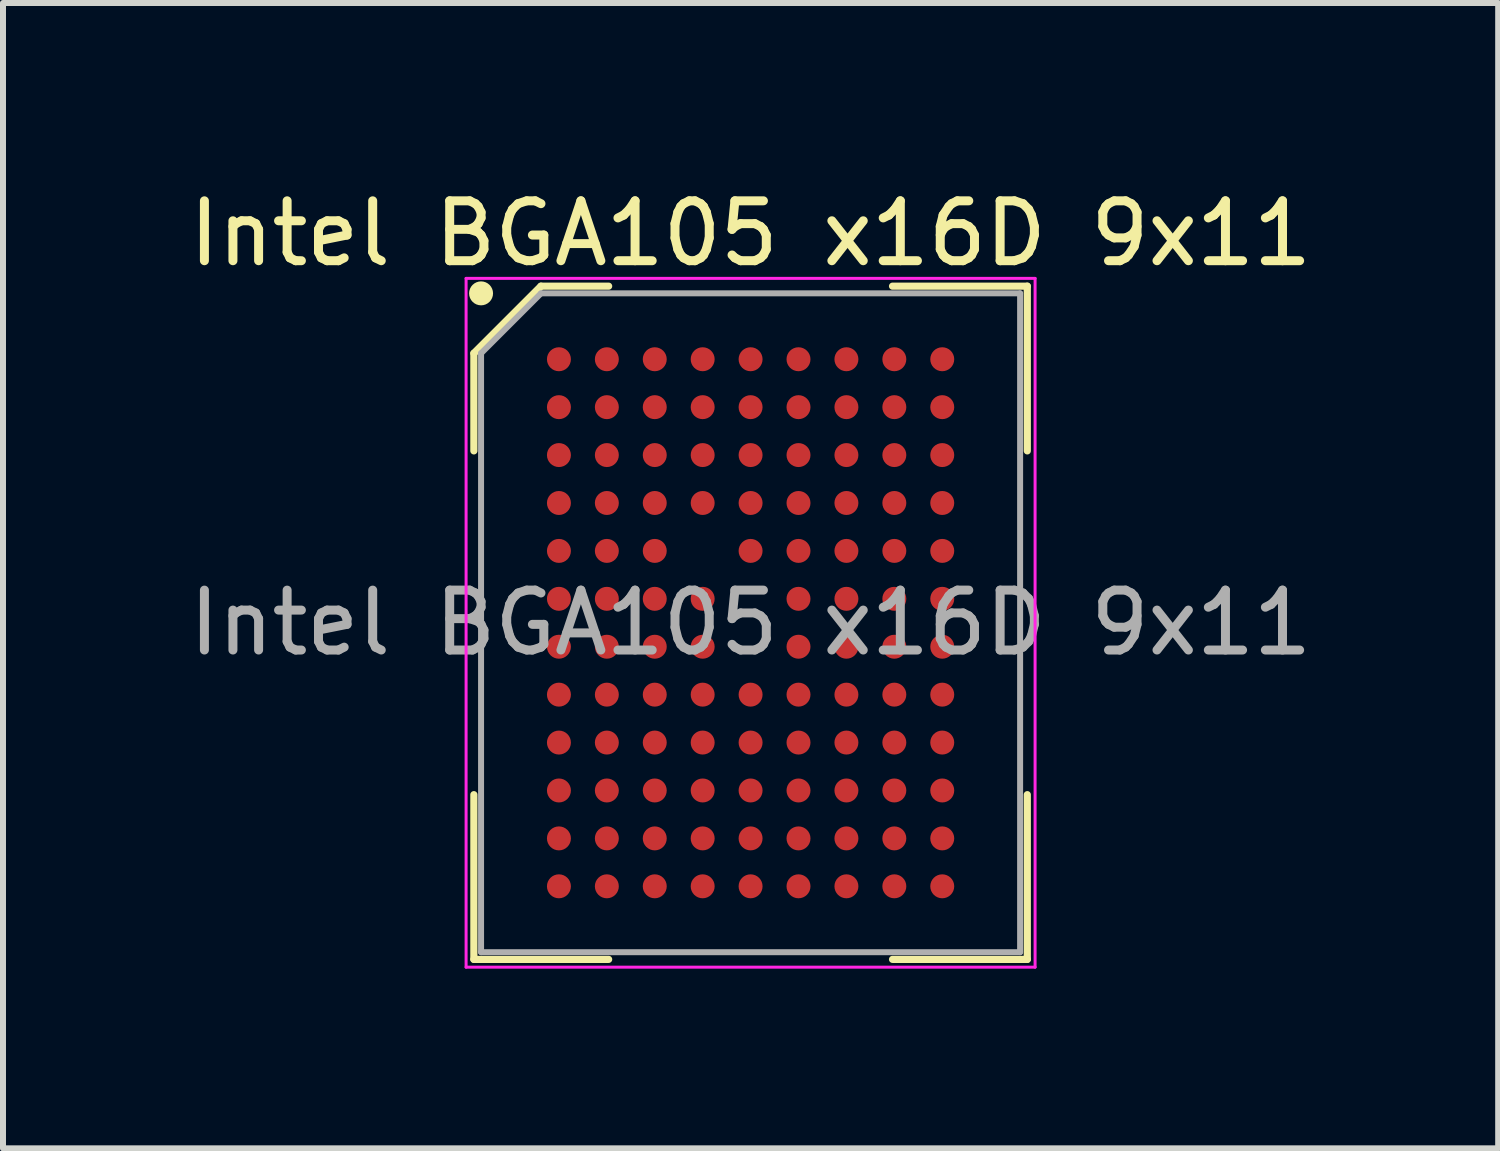
<source format=kicad_pcb>
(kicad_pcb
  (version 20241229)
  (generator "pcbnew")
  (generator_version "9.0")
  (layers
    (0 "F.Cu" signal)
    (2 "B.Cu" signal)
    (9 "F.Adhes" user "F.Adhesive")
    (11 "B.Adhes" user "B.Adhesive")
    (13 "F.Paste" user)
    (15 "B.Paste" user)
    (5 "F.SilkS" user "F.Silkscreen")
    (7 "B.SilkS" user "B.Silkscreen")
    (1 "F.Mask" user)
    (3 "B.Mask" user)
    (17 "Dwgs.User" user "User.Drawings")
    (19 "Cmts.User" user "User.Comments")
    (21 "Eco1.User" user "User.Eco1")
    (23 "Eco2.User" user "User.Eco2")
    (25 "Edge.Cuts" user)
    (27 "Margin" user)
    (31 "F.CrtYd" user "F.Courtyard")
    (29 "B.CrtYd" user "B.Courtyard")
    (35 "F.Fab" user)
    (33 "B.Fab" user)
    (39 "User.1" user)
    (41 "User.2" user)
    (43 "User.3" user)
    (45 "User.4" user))
  (footprint "Intel BGA105 x16D 9x11"
    (layer "F.Cu")
    (at 9.482 7.348)
    (property "Reference" "Intel BGA105 x16D 9x11" (at 0 -6.5 0) (layer "F.SilkS") (effects (font (size 1 1) (thickness 0.15))))
    (attr smd)
    (fp_line (start -4.62 -4.5) (end -4.62 -2.87) (stroke (width 0.12) (type default)) (layer "F.SilkS"))
    (fp_line (start -4.62 5.62) (end -4.62 2.87) (stroke (width 0.12) (type default)) (layer "F.SilkS"))
    (fp_line (start -3.5 -5.62) (end -4.62 -4.5) (stroke (width 0.12) (type default)) (layer "F.SilkS"))
    (fp_line (start -2.37 -5.62) (end -3.5 -5.62) (stroke (width 0.12) (type default)) (layer "F.SilkS"))
    (fp_line (start -2.37 5.62) (end -4.62 5.62) (stroke (width 0.12) (type default)) (layer "F.SilkS"))
    (fp_line (start 2.37 -5.62) (end 4.62 -5.62) (stroke (width 0.12) (type default)) (layer "F.SilkS"))
    (fp_line (start 2.37 5.62) (end 4.62 5.62) (stroke (width 0.12) (type default)) (layer "F.SilkS"))
    (fp_line (start 4.62 -5.62) (end 4.62 -2.87) (stroke (width 0.12) (type default)) (layer "F.SilkS"))
    (fp_line (start 4.62 5.62) (end 4.62 2.87) (stroke (width 0.12) (type default)) (layer "F.SilkS"))
    (fp_circle (center -4.5 -5.5) (end -4.5 -5.4) (stroke (width 0.2) (type default)) (fill no) (layer "F.SilkS"))
    (fp_line (start -4.75 -5.75) (end 4.75 -5.75) (stroke (width 0.05) (type default)) (layer "F.CrtYd"))
    (fp_line (start -4.75 5.75) (end -4.75 -5.75) (stroke (width 0.05) (type default)) (layer "F.CrtYd"))
    (fp_line (start 4.75 -5.75) (end 4.75 5.75) (stroke (width 0.05) (type default)) (layer "F.CrtYd"))
    (fp_line (start 4.75 5.75) (end -4.75 5.75) (stroke (width 0.05) (type default)) (layer "F.CrtYd"))
    (fp_line (start -4.5 -4.5) (end -4.5 5.5) (stroke (width 0.1) (type default)) (layer "F.Fab"))
    (fp_line (start -4.5 5.5) (end 4.5 5.5) (stroke (width 0.1) (type default)) (layer "F.Fab"))
    (fp_line (start -3.5 -5.5) (end -4.5 -4.5) (stroke (width 0.1) (type default)) (layer "F.Fab"))
    (fp_line (start 4.5 -5.5) (end -3.5 -5.5) (stroke (width 0.1) (type default)) (layer "F.Fab"))
    (fp_line (start 4.5 5.5) (end 4.5 -5.5) (stroke (width 0.1) (type default)) (layer "F.Fab"))
    (fp_text user "${REFERENCE}" (at 0 0 0) (layer "F.Fab") (effects (font (size 1 1) (thickness 0.15))))
    (pad "A1" smd circle (at -3.2 -4.4) (size 0.4 0.4) (layers "F.Cu" "F.Mask" "F.Paste"))
    (pad "A2" smd circle (at -2.4 -4.4) (size 0.4 0.4) (layers "F.Cu" "F.Mask" "F.Paste"))
    (pad "A3" smd circle (at -1.6 -4.4) (size 0.4 0.4) (layers "F.Cu" "F.Mask" "F.Paste"))
    (pad "A4" smd circle (at -0.8 -4.4) (size 0.4 0.4) (layers "F.Cu" "F.Mask" "F.Paste"))
    (pad "A5" smd circle (at 0 -4.4) (size 0.4 0.4) (layers "F.Cu" "F.Mask" "F.Paste"))
    (pad "A6" smd circle (at 0.8 -4.4) (size 0.4 0.4) (layers "F.Cu" "F.Mask" "F.Paste"))
    (pad "A7" smd circle (at 1.6 -4.4) (size 0.4 0.4) (layers "F.Cu" "F.Mask" "F.Paste"))
    (pad "A8" smd circle (at 2.4 -4.4) (size 0.4 0.4) (layers "F.Cu" "F.Mask" "F.Paste"))
    (pad "A9" smd circle (at 3.2 -4.4) (size 0.4 0.4) (layers "F.Cu" "F.Mask" "F.Paste"))
    (pad "B1" smd circle (at -3.2 -3.6) (size 0.4 0.4) (layers "F.Cu" "F.Mask" "F.Paste"))
    (pad "B2" smd circle (at -2.4 -3.6) (size 0.4 0.4) (layers "F.Cu" "F.Mask" "F.Paste"))
    (pad "B3" smd circle (at -1.6 -3.6) (size 0.4 0.4) (layers "F.Cu" "F.Mask" "F.Paste"))
    (pad "B4" smd circle (at -0.8 -3.6) (size 0.4 0.4) (layers "F.Cu" "F.Mask" "F.Paste"))
    (pad "B5" smd circle (at 0 -3.6) (size 0.4 0.4) (layers "F.Cu" "F.Mask" "F.Paste"))
    (pad "B6" smd circle (at 0.8 -3.6) (size 0.4 0.4) (layers "F.Cu" "F.Mask" "F.Paste"))
    (pad "B7" smd circle (at 1.6 -3.6) (size 0.4 0.4) (layers "F.Cu" "F.Mask" "F.Paste"))
    (pad "B8" smd circle (at 2.4 -3.6) (size 0.4 0.4) (layers "F.Cu" "F.Mask" "F.Paste"))
    (pad "B9" smd circle (at 3.2 -3.6) (size 0.4 0.4) (layers "F.Cu" "F.Mask" "F.Paste"))
    (pad "C1" smd circle (at -3.2 -2.8) (size 0.4 0.4) (layers "F.Cu" "F.Mask" "F.Paste"))
    (pad "C2" smd circle (at -2.4 -2.8) (size 0.4 0.4) (layers "F.Cu" "F.Mask" "F.Paste"))
    (pad "C3" smd circle (at -1.6 -2.8) (size 0.4 0.4) (layers "F.Cu" "F.Mask" "F.Paste"))
    (pad "C4" smd circle (at -0.8 -2.8) (size 0.4 0.4) (layers "F.Cu" "F.Mask" "F.Paste"))
    (pad "C5" smd circle (at 0 -2.8) (size 0.4 0.4) (layers "F.Cu" "F.Mask" "F.Paste"))
    (pad "C6" smd circle (at 0.8 -2.8) (size 0.4 0.4) (layers "F.Cu" "F.Mask" "F.Paste"))
    (pad "C7" smd circle (at 1.6 -2.8) (size 0.4 0.4) (layers "F.Cu" "F.Mask" "F.Paste"))
    (pad "C8" smd circle (at 2.4 -2.8) (size 0.4 0.4) (layers "F.Cu" "F.Mask" "F.Paste"))
    (pad "C9" smd circle (at 3.2 -2.8) (size 0.4 0.4) (layers "F.Cu" "F.Mask" "F.Paste"))
    (pad "D1" smd circle (at -3.2 -2) (size 0.4 0.4) (layers "F.Cu" "F.Mask" "F.Paste"))
    (pad "D2" smd circle (at -2.4 -2) (size 0.4 0.4) (layers "F.Cu" "F.Mask" "F.Paste"))
    (pad "D3" smd circle (at -1.6 -2) (size 0.4 0.4) (layers "F.Cu" "F.Mask" "F.Paste"))
    (pad "D4" smd circle (at -0.8 -2) (size 0.4 0.4) (layers "F.Cu" "F.Mask" "F.Paste"))
    (pad "D5" smd circle (at 0 -2) (size 0.4 0.4) (layers "F.Cu" "F.Mask" "F.Paste"))
    (pad "D6" smd circle (at 0.8 -2) (size 0.4 0.4) (layers "F.Cu" "F.Mask" "F.Paste"))
    (pad "D7" smd circle (at 1.6 -2) (size 0.4 0.4) (layers "F.Cu" "F.Mask" "F.Paste"))
    (pad "D8" smd circle (at 2.4 -2) (size 0.4 0.4) (layers "F.Cu" "F.Mask" "F.Paste"))
    (pad "D9" smd circle (at 3.2 -2) (size 0.4 0.4) (layers "F.Cu" "F.Mask" "F.Paste"))
    (pad "E1" smd circle (at -3.2 -1.2) (size 0.4 0.4) (layers "F.Cu" "F.Mask" "F.Paste"))
    (pad "E2" smd circle (at -2.4 -1.2) (size 0.4 0.4) (layers "F.Cu" "F.Mask" "F.Paste"))
    (pad "E3" smd circle (at -1.6 -1.2) (size 0.4 0.4) (layers "F.Cu" "F.Mask" "F.Paste"))
    (pad "E5" smd circle (at 0 -1.2) (size 0.4 0.4) (layers "F.Cu" "F.Mask" "F.Paste"))
    (pad "E6" smd circle (at 0.8 -1.2) (size 0.4 0.4) (layers "F.Cu" "F.Mask" "F.Paste"))
    (pad "E7" smd circle (at 1.6 -1.2) (size 0.4 0.4) (layers "F.Cu" "F.Mask" "F.Paste"))
    (pad "E8" smd circle (at 2.4 -1.2) (size 0.4 0.4) (layers "F.Cu" "F.Mask" "F.Paste"))
    (pad "E9" smd circle (at 3.2 -1.2) (size 0.4 0.4) (layers "F.Cu" "F.Mask" "F.Paste"))
    (pad "F1" smd circle (at -3.2 -0.4) (size 0.4 0.4) (layers "F.Cu" "F.Mask" "F.Paste"))
    (pad "F2" smd circle (at -2.4 -0.4) (size 0.4 0.4) (layers "F.Cu" "F.Mask" "F.Paste"))
    (pad "F3" smd circle (at -1.6 -0.4) (size 0.4 0.4) (layers "F.Cu" "F.Mask" "F.Paste"))
    (pad "F4" smd circle (at -0.8 -0.4) (size 0.4 0.4) (layers "F.Cu" "F.Mask" "F.Paste"))
    (pad "F6" smd circle (at 0.8 -0.4) (size 0.4 0.4) (layers "F.Cu" "F.Mask" "F.Paste"))
    (pad "F7" smd circle (at 1.6 -0.4) (size 0.4 0.4) (layers "F.Cu" "F.Mask" "F.Paste"))
    (pad "F8" smd circle (at 2.4 -0.4) (size 0.4 0.4) (layers "F.Cu" "F.Mask" "F.Paste"))
    (pad "F9" smd circle (at 3.2 -0.4) (size 0.4 0.4) (layers "F.Cu" "F.Mask" "F.Paste"))
    (pad "G1" smd circle (at -3.2 0.4) (size 0.4 0.4) (layers "F.Cu" "F.Mask" "F.Paste"))
    (pad "G2" smd circle (at -2.4 0.4) (size 0.4 0.4) (layers "F.Cu" "F.Mask" "F.Paste"))
    (pad "G3" smd circle (at -1.6 0.4) (size 0.4 0.4) (layers "F.Cu" "F.Mask" "F.Paste"))
    (pad "G4" smd circle (at -0.8 0.4) (size 0.4 0.4) (layers "F.Cu" "F.Mask" "F.Paste"))
    (pad "G6" smd circle (at 0.8 0.4) (size 0.4 0.4) (layers "F.Cu" "F.Mask" "F.Paste"))
    (pad "G7" smd circle (at 1.6 0.4) (size 0.4 0.4) (layers "F.Cu" "F.Mask" "F.Paste"))
    (pad "G8" smd circle (at 2.4 0.4) (size 0.4 0.4) (layers "F.Cu" "F.Mask" "F.Paste"))
    (pad "G9" smd circle (at 3.2 0.4) (size 0.4 0.4) (layers "F.Cu" "F.Mask" "F.Paste"))
    (pad "H1" smd circle (at -3.2 1.2) (size 0.4 0.4) (layers "F.Cu" "F.Mask" "F.Paste"))
    (pad "H2" smd circle (at -2.4 1.2) (size 0.4 0.4) (layers "F.Cu" "F.Mask" "F.Paste"))
    (pad "H3" smd circle (at -1.6 1.2) (size 0.4 0.4) (layers "F.Cu" "F.Mask" "F.Paste"))
    (pad "H4" smd circle (at -0.8 1.2) (size 0.4 0.4) (layers "F.Cu" "F.Mask" "F.Paste"))
    (pad "H5" smd circle (at 0 1.2) (size 0.4 0.4) (layers "F.Cu" "F.Mask" "F.Paste"))
    (pad "H6" smd circle (at 0.8 1.2) (size 0.4 0.4) (layers "F.Cu" "F.Mask" "F.Paste"))
    (pad "H7" smd circle (at 1.6 1.2) (size 0.4 0.4) (layers "F.Cu" "F.Mask" "F.Paste"))
    (pad "H8" smd circle (at 2.4 1.2) (size 0.4 0.4) (layers "F.Cu" "F.Mask" "F.Paste"))
    (pad "H9" smd circle (at 3.2 1.2) (size 0.4 0.4) (layers "F.Cu" "F.Mask" "F.Paste"))
    (pad "J1" smd circle (at -3.2 2) (size 0.4 0.4) (layers "F.Cu" "F.Mask" "F.Paste"))
    (pad "J2" smd circle (at -2.4 2) (size 0.4 0.4) (layers "F.Cu" "F.Mask" "F.Paste"))
    (pad "J3" smd circle (at -1.6 2) (size 0.4 0.4) (layers "F.Cu" "F.Mask" "F.Paste"))
    (pad "J4" smd circle (at -0.8 2) (size 0.4 0.4) (layers "F.Cu" "F.Mask" "F.Paste"))
    (pad "J5" smd circle (at 0 2) (size 0.4 0.4) (layers "F.Cu" "F.Mask" "F.Paste"))
    (pad "J6" smd circle (at 0.8 2) (size 0.4 0.4) (layers "F.Cu" "F.Mask" "F.Paste"))
    (pad "J7" smd circle (at 1.6 2) (size 0.4 0.4) (layers "F.Cu" "F.Mask" "F.Paste"))
    (pad "J8" smd circle (at 2.4 2) (size 0.4 0.4) (layers "F.Cu" "F.Mask" "F.Paste"))
    (pad "J9" smd circle (at 3.2 2) (size 0.4 0.4) (layers "F.Cu" "F.Mask" "F.Paste"))
    (pad "K1" smd circle (at -3.2 2.8) (size 0.4 0.4) (layers "F.Cu" "F.Mask" "F.Paste"))
    (pad "K2" smd circle (at -2.4 2.8) (size 0.4 0.4) (layers "F.Cu" "F.Mask" "F.Paste"))
    (pad "K3" smd circle (at -1.6 2.8) (size 0.4 0.4) (layers "F.Cu" "F.Mask" "F.Paste"))
    (pad "K4" smd circle (at -0.8 2.8) (size 0.4 0.4) (layers "F.Cu" "F.Mask" "F.Paste"))
    (pad "K5" smd circle (at 0 2.8) (size 0.4 0.4) (layers "F.Cu" "F.Mask" "F.Paste"))
    (pad "K6" smd circle (at 0.8 2.8) (size 0.4 0.4) (layers "F.Cu" "F.Mask" "F.Paste"))
    (pad "K7" smd circle (at 1.6 2.8) (size 0.4 0.4) (layers "F.Cu" "F.Mask" "F.Paste"))
    (pad "K8" smd circle (at 2.4 2.8) (size 0.4 0.4) (layers "F.Cu" "F.Mask" "F.Paste"))
    (pad "K9" smd circle (at 3.2 2.8) (size 0.4 0.4) (layers "F.Cu" "F.Mask" "F.Paste"))
    (pad "L1" smd circle (at -3.2 3.6) (size 0.4 0.4) (layers "F.Cu" "F.Mask" "F.Paste"))
    (pad "L2" smd circle (at -2.4 3.6) (size 0.4 0.4) (layers "F.Cu" "F.Mask" "F.Paste"))
    (pad "L3" smd circle (at -1.6 3.6) (size 0.4 0.4) (layers "F.Cu" "F.Mask" "F.Paste"))
    (pad "L4" smd circle (at -0.8 3.6) (size 0.4 0.4) (layers "F.Cu" "F.Mask" "F.Paste"))
    (pad "L5" smd circle (at 0 3.6) (size 0.4 0.4) (layers "F.Cu" "F.Mask" "F.Paste"))
    (pad "L6" smd circle (at 0.8 3.6) (size 0.4 0.4) (layers "F.Cu" "F.Mask" "F.Paste"))
    (pad "L7" smd circle (at 1.6 3.6) (size 0.4 0.4) (layers "F.Cu" "F.Mask" "F.Paste"))
    (pad "L8" smd circle (at 2.4 3.6) (size 0.4 0.4) (layers "F.Cu" "F.Mask" "F.Paste"))
    (pad "L9" smd circle (at 3.2 3.6) (size 0.4 0.4) (layers "F.Cu" "F.Mask" "F.Paste"))
    (pad "M1" smd circle (at -3.2 4.4) (size 0.4 0.4) (layers "F.Cu" "F.Mask" "F.Paste"))
    (pad "M2" smd circle (at -2.4 4.4) (size 0.4 0.4) (layers "F.Cu" "F.Mask" "F.Paste"))
    (pad "M3" smd circle (at -1.6 4.4) (size 0.4 0.4) (layers "F.Cu" "F.Mask" "F.Paste"))
    (pad "M4" smd circle (at -0.8 4.4) (size 0.4 0.4) (layers "F.Cu" "F.Mask" "F.Paste"))
    (pad "M5" smd circle (at 0 4.4) (size 0.4 0.4) (layers "F.Cu" "F.Mask" "F.Paste"))
    (pad "M6" smd circle (at 0.8 4.4) (size 0.4 0.4) (layers "F.Cu" "F.Mask" "F.Paste"))
    (pad "M7" smd circle (at 1.6 4.4) (size 0.4 0.4) (layers "F.Cu" "F.Mask" "F.Paste"))
    (pad "M8" smd circle (at 2.4 4.4) (size 0.4 0.4) (layers "F.Cu" "F.Mask" "F.Paste"))
    (pad "M9" smd circle (at 3.2 4.4) (size 0.4 0.4) (layers "F.Cu" "F.Mask" "F.Paste")))
  (gr_rect
    (start -3 -3)
    (end 21.964 16.123)
    (stroke (width 0.1) (type default))
    (fill no)
    (layer "Edge.Cuts")))
</source>
